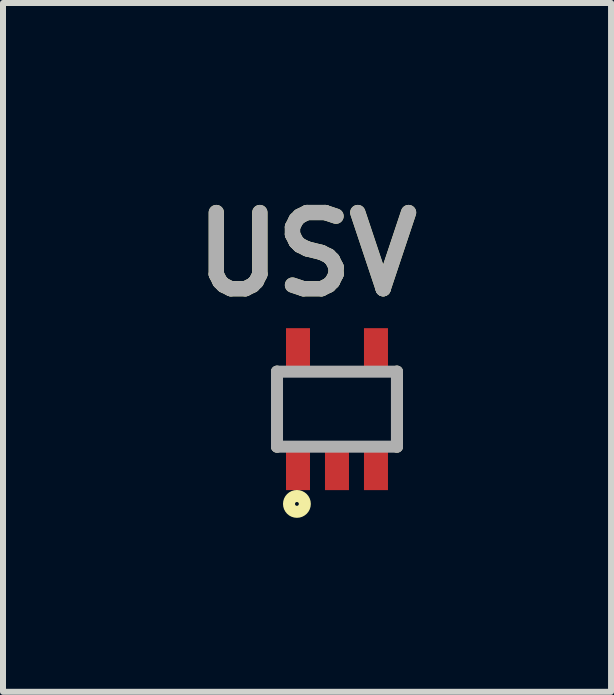
<source format=kicad_pcb>
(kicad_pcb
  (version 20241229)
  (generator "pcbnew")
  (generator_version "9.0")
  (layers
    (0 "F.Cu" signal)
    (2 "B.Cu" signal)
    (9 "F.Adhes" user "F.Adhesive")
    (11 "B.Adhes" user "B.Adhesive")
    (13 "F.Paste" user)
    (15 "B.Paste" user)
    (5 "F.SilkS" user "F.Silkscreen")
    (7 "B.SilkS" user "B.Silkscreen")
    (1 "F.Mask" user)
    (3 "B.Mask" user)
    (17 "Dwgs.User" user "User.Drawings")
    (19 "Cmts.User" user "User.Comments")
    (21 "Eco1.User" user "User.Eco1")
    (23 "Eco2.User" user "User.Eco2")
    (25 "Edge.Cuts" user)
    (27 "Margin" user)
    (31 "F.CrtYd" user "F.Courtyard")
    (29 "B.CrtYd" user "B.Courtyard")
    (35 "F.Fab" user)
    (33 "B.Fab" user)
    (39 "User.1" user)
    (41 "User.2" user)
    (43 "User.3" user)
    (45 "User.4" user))
  (footprint "USV"
    (layer "F.Cu")
    (at 2.568 3.771)
    (property "Reference" "USV" (at -0.5 -2.582 0) (layer "F.SilkS") (effects (font (size 1.27 1.27) (thickness 0.254))))
    (attr smd)
    (fp_line (start -1 -0.625) (end -1 0.625) (stroke (width 0.2) (type solid)) (layer "F.SilkS"))
    (fp_line (start 1 -0.625) (end 1 0.625) (stroke (width 0.2) (type solid)) (layer "F.SilkS"))
    (fp_circle (center -0.668 1.58) (end -0.668 1.612) (stroke (width 0.2) (type solid)) (fill no) (layer "F.SilkS"))
    (fp_line (start -1 -0.625) (end 1 -0.625) (stroke (width 0.2) (type solid)) (layer "F.Fab"))
    (fp_line (start -1 0.625) (end -1 -0.625) (stroke (width 0.2) (type solid)) (layer "F.Fab"))
    (fp_line (start 1 -0.625) (end 1 0.625) (stroke (width 0.2) (type solid)) (layer "F.Fab"))
    (fp_line (start 1 0.625) (end -1 0.625) (stroke (width 0.2) (type solid)) (layer "F.Fab"))
    (fp_text user "${REFERENCE}" (at -0.5 -2.582 0) (layer "F.Fab") (effects (font (size 1.27 1.27) (thickness 0.254))))
    (pad "1" smd rect (at -0.65 0.95) (size 0.4 0.8) (layers "F.Cu" "F.Mask" "F.Paste"))
    (pad "2" smd rect (at 0 0.95) (size 0.4 0.8) (layers "F.Cu" "F.Mask" "F.Paste"))
    (pad "3" smd rect (at 0.65 0.95) (size 0.4 0.8) (layers "F.Cu" "F.Mask" "F.Paste"))
    (pad "4" smd rect (at 0.65 -0.95) (size 0.4 0.8) (layers "F.Cu" "F.Mask" "F.Paste"))
    (pad "5" smd rect (at -0.65 -0.95) (size 0.4 0.8) (layers "F.Cu" "F.Mask" "F.Paste")))
  (gr_rect
    (start -3 -3)
    (end 7.137 8.483)
    (stroke (width 0.1) (type default))
    (fill no)
    (layer "Edge.Cuts")))
</source>
